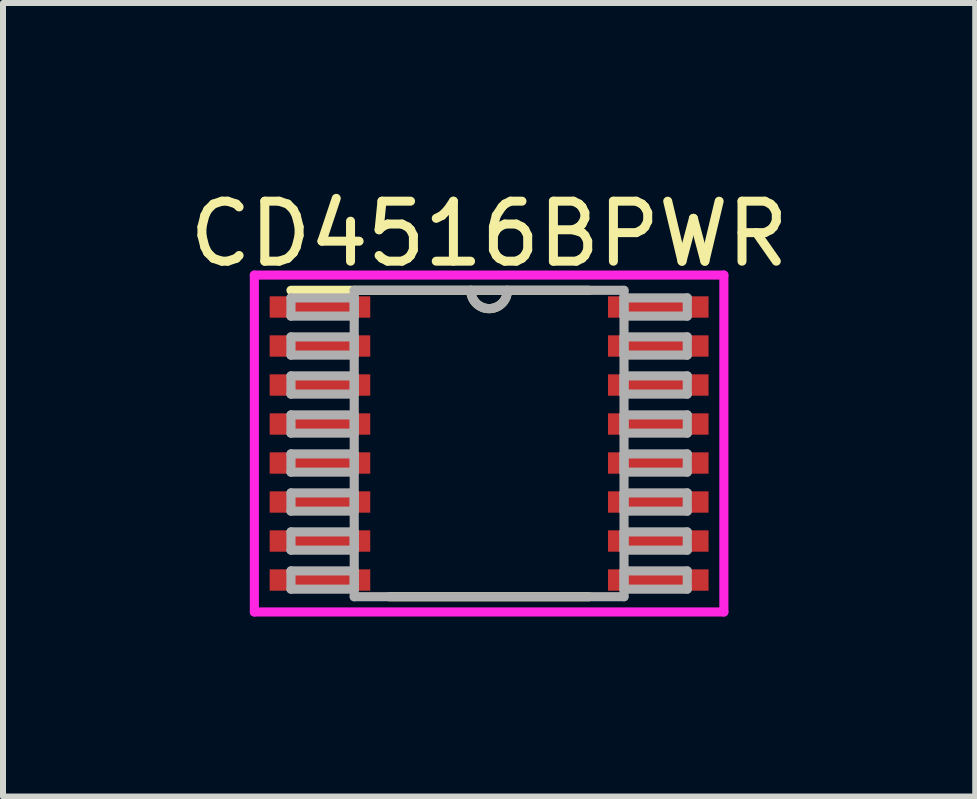
<source format=kicad_pcb>
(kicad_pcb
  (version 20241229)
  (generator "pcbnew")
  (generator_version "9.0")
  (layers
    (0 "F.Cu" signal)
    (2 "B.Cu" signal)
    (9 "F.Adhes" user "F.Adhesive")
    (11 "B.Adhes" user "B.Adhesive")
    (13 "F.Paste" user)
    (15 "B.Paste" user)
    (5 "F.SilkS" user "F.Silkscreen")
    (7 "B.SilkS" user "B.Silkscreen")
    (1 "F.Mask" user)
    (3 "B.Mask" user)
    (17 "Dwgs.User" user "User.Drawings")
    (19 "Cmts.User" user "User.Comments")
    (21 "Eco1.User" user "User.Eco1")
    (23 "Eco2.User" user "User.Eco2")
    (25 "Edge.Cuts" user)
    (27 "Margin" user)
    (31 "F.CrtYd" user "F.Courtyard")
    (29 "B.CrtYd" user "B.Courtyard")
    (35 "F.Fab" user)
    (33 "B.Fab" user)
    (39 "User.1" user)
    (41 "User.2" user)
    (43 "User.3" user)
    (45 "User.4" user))
  (footprint "CD4516BPWR"
    (layer "F.Cu")
    (at 5.101 4.341)
    (property "Reference" "CD4516BPWR" (at 0 -3.493 0) (layer "F.SilkS") (effects (font (size 1 1) (thickness 0.15))))
    (attr through_hole)
    (fp_line (start -1.664 2.553) (end 1.664 2.553) (stroke (width 0.152) (type solid)) (layer "F.SilkS"))
    (fp_line (start 1.664 -2.553) (end -3.302 -2.553) (stroke (width 0.152) (type solid)) (layer "F.SilkS"))
    (fp_arc (start 0.3048 -2.5527) (mid 0 -2.2479) (end -0.3048 -2.5527) (stroke (width 0.1524) (type solid)) (layer "F.SilkS"))
    (fp_line (start -3.912 -2.807) (end 3.912 -2.807) (stroke (width 0.152) (type solid)) (layer "F.CrtYd"))
    (fp_line (start -3.912 2.807) (end -3.912 -2.807) (stroke (width 0.152) (type solid)) (layer "F.CrtYd"))
    (fp_line (start 3.912 -2.807) (end 3.912 2.807) (stroke (width 0.152) (type solid)) (layer "F.CrtYd"))
    (fp_line (start 3.912 2.807) (end -3.912 2.807) (stroke (width 0.152) (type solid)) (layer "F.CrtYd"))
    (fp_line (start -3.302 -2.427) (end -3.302 -2.123) (stroke (width 0.152) (type solid)) (layer "F.Fab"))
    (fp_line (start -3.302 -2.123) (end -2.248 -2.123) (stroke (width 0.152) (type solid)) (layer "F.Fab"))
    (fp_line (start -3.302 -1.777) (end -3.302 -1.473) (stroke (width 0.152) (type solid)) (layer "F.Fab"))
    (fp_line (start -3.302 -1.473) (end -2.248 -1.473) (stroke (width 0.152) (type solid)) (layer "F.Fab"))
    (fp_line (start -3.302 -1.127) (end -3.302 -0.823) (stroke (width 0.152) (type solid)) (layer "F.Fab"))
    (fp_line (start -3.302 -0.823) (end -2.248 -0.823) (stroke (width 0.152) (type solid)) (layer "F.Fab"))
    (fp_line (start -3.302 -0.477) (end -3.302 -0.173) (stroke (width 0.152) (type solid)) (layer "F.Fab"))
    (fp_line (start -3.302 -0.173) (end -2.248 -0.173) (stroke (width 0.152) (type solid)) (layer "F.Fab"))
    (fp_line (start -3.302 0.173) (end -3.302 0.477) (stroke (width 0.152) (type solid)) (layer "F.Fab"))
    (fp_line (start -3.302 0.477) (end -2.248 0.477) (stroke (width 0.152) (type solid)) (layer "F.Fab"))
    (fp_line (start -3.302 0.823) (end -3.302 1.127) (stroke (width 0.152) (type solid)) (layer "F.Fab"))
    (fp_line (start -3.302 1.127) (end -2.248 1.127) (stroke (width 0.152) (type solid)) (layer "F.Fab"))
    (fp_line (start -3.302 1.473) (end -3.302 1.777) (stroke (width 0.152) (type solid)) (layer "F.Fab"))
    (fp_line (start -3.302 1.777) (end -2.248 1.777) (stroke (width 0.152) (type solid)) (layer "F.Fab"))
    (fp_line (start -3.302 2.123) (end -3.302 2.427) (stroke (width 0.152) (type solid)) (layer "F.Fab"))
    (fp_line (start -3.302 2.427) (end -2.248 2.427) (stroke (width 0.152) (type solid)) (layer "F.Fab"))
    (fp_line (start -2.248 -2.553) (end -2.248 2.553) (stroke (width 0.152) (type solid)) (layer "F.Fab"))
    (fp_line (start -2.248 -2.427) (end -3.302 -2.427) (stroke (width 0.152) (type solid)) (layer "F.Fab"))
    (fp_line (start -2.248 -2.123) (end -2.248 -2.427) (stroke (width 0.152) (type solid)) (layer "F.Fab"))
    (fp_line (start -2.248 -1.777) (end -3.302 -1.777) (stroke (width 0.152) (type solid)) (layer "F.Fab"))
    (fp_line (start -2.248 -1.473) (end -2.248 -1.777) (stroke (width 0.152) (type solid)) (layer "F.Fab"))
    (fp_line (start -2.248 -1.127) (end -3.302 -1.127) (stroke (width 0.152) (type solid)) (layer "F.Fab"))
    (fp_line (start -2.248 -0.823) (end -2.248 -1.127) (stroke (width 0.152) (type solid)) (layer "F.Fab"))
    (fp_line (start -2.248 -0.477) (end -3.302 -0.477) (stroke (width 0.152) (type solid)) (layer "F.Fab"))
    (fp_line (start -2.248 -0.173) (end -2.248 -0.477) (stroke (width 0.152) (type solid)) (layer "F.Fab"))
    (fp_line (start -2.248 0.173) (end -3.302 0.173) (stroke (width 0.152) (type solid)) (layer "F.Fab"))
    (fp_line (start -2.248 0.477) (end -2.248 0.173) (stroke (width 0.152) (type solid)) (layer "F.Fab"))
    (fp_line (start -2.248 0.823) (end -3.302 0.823) (stroke (width 0.152) (type solid)) (layer "F.Fab"))
    (fp_line (start -2.248 1.127) (end -2.248 0.823) (stroke (width 0.152) (type solid)) (layer "F.Fab"))
    (fp_line (start -2.248 1.473) (end -3.302 1.473) (stroke (width 0.152) (type solid)) (layer "F.Fab"))
    (fp_line (start -2.248 1.777) (end -2.248 1.473) (stroke (width 0.152) (type solid)) (layer "F.Fab"))
    (fp_line (start -2.248 2.123) (end -3.302 2.123) (stroke (width 0.152) (type solid)) (layer "F.Fab"))
    (fp_line (start -2.248 2.427) (end -2.248 2.123) (stroke (width 0.152) (type solid)) (layer "F.Fab"))
    (fp_line (start -2.248 2.553) (end 2.248 2.553) (stroke (width 0.152) (type solid)) (layer "F.Fab"))
    (fp_line (start 2.248 -2.553) (end -2.248 -2.553) (stroke (width 0.152) (type solid)) (layer "F.Fab"))
    (fp_line (start 2.248 -2.427) (end 2.248 -2.123) (stroke (width 0.152) (type solid)) (layer "F.Fab"))
    (fp_line (start 2.248 -2.123) (end 3.302 -2.123) (stroke (width 0.152) (type solid)) (layer "F.Fab"))
    (fp_line (start 2.248 -1.777) (end 2.248 -1.473) (stroke (width 0.152) (type solid)) (layer "F.Fab"))
    (fp_line (start 2.248 -1.473) (end 3.302 -1.473) (stroke (width 0.152) (type solid)) (layer "F.Fab"))
    (fp_line (start 2.248 -1.127) (end 2.248 -0.823) (stroke (width 0.152) (type solid)) (layer "F.Fab"))
    (fp_line (start 2.248 -0.823) (end 3.302 -0.823) (stroke (width 0.152) (type solid)) (layer "F.Fab"))
    (fp_line (start 2.248 -0.477) (end 2.248 -0.173) (stroke (width 0.152) (type solid)) (layer "F.Fab"))
    (fp_line (start 2.248 -0.173) (end 3.302 -0.173) (stroke (width 0.152) (type solid)) (layer "F.Fab"))
    (fp_line (start 2.248 0.173) (end 2.248 0.477) (stroke (width 0.152) (type solid)) (layer "F.Fab"))
    (fp_line (start 2.248 0.477) (end 3.302 0.477) (stroke (width 0.152) (type solid)) (layer "F.Fab"))
    (fp_line (start 2.248 0.823) (end 2.248 1.127) (stroke (width 0.152) (type solid)) (layer "F.Fab"))
    (fp_line (start 2.248 1.127) (end 3.302 1.127) (stroke (width 0.152) (type solid)) (layer "F.Fab"))
    (fp_line (start 2.248 1.473) (end 2.248 1.777) (stroke (width 0.152) (type solid)) (layer "F.Fab"))
    (fp_line (start 2.248 1.777) (end 3.302 1.777) (stroke (width 0.152) (type solid)) (layer "F.Fab"))
    (fp_line (start 2.248 2.123) (end 2.248 2.427) (stroke (width 0.152) (type solid)) (layer "F.Fab"))
    (fp_line (start 2.248 2.427) (end 3.302 2.427) (stroke (width 0.152) (type solid)) (layer "F.Fab"))
    (fp_line (start 2.248 2.553) (end 2.248 -2.553) (stroke (width 0.152) (type solid)) (layer "F.Fab"))
    (fp_line (start 3.302 -2.427) (end 2.248 -2.427) (stroke (width 0.152) (type solid)) (layer "F.Fab"))
    (fp_line (start 3.302 -2.123) (end 3.302 -2.427) (stroke (width 0.152) (type solid)) (layer "F.Fab"))
    (fp_line (start 3.302 -1.777) (end 2.248 -1.777) (stroke (width 0.152) (type solid)) (layer "F.Fab"))
    (fp_line (start 3.302 -1.473) (end 3.302 -1.777) (stroke (width 0.152) (type solid)) (layer "F.Fab"))
    (fp_line (start 3.302 -1.127) (end 2.248 -1.127) (stroke (width 0.152) (type solid)) (layer "F.Fab"))
    (fp_line (start 3.302 -0.823) (end 3.302 -1.127) (stroke (width 0.152) (type solid)) (layer "F.Fab"))
    (fp_line (start 3.302 -0.477) (end 2.248 -0.477) (stroke (width 0.152) (type solid)) (layer "F.Fab"))
    (fp_line (start 3.302 -0.173) (end 3.302 -0.477) (stroke (width 0.152) (type solid)) (layer "F.Fab"))
    (fp_line (start 3.302 0.173) (end 2.248 0.173) (stroke (width 0.152) (type solid)) (layer "F.Fab"))
    (fp_line (start 3.302 0.477) (end 3.302 0.173) (stroke (width 0.152) (type solid)) (layer "F.Fab"))
    (fp_line (start 3.302 0.823) (end 2.248 0.823) (stroke (width 0.152) (type solid)) (layer "F.Fab"))
    (fp_line (start 3.302 1.127) (end 3.302 0.823) (stroke (width 0.152) (type solid)) (layer "F.Fab"))
    (fp_line (start 3.302 1.473) (end 2.248 1.473) (stroke (width 0.152) (type solid)) (layer "F.Fab"))
    (fp_line (start 3.302 1.777) (end 3.302 1.473) (stroke (width 0.152) (type solid)) (layer "F.Fab"))
    (fp_line (start 3.302 2.123) (end 2.248 2.123) (stroke (width 0.152) (type solid)) (layer "F.Fab"))
    (fp_line (start 3.302 2.427) (end 3.302 2.123) (stroke (width 0.152) (type solid)) (layer "F.Fab"))
    (fp_arc (start 0.3048 -2.5527) (mid 0 -2.2479) (end -0.3048 -2.5527) (stroke (width 0.1524) (type solid)) (layer "F.Fab"))
    (pad "1" smd rect (at -2.819 -2.275) (size 1.676 0.356) (layers "F.Cu" "F.Mask" "F.Paste"))
    (pad "2" smd rect (at -2.819 -1.625) (size 1.676 0.356) (layers "F.Cu" "F.Mask" "F.Paste"))
    (pad "3" smd rect (at -2.819 -0.975) (size 1.676 0.356) (layers "F.Cu" "F.Mask" "F.Paste"))
    (pad "4" smd rect (at -2.819 -0.325) (size 1.676 0.356) (layers "F.Cu" "F.Mask" "F.Paste"))
    (pad "5" smd rect (at -2.819 0.325) (size 1.676 0.356) (layers "F.Cu" "F.Mask" "F.Paste"))
    (pad "6" smd rect (at -2.819 0.975) (size 1.676 0.356) (layers "F.Cu" "F.Mask" "F.Paste"))
    (pad "7" smd rect (at -2.819 1.625) (size 1.676 0.356) (layers "F.Cu" "F.Mask" "F.Paste"))
    (pad "8" smd rect (at -2.819 2.275) (size 1.676 0.356) (layers "F.Cu" "F.Mask" "F.Paste"))
    (pad "9" smd rect (at 2.819 2.275) (size 1.676 0.356) (layers "F.Cu" "F.Mask" "F.Paste"))
    (pad "10" smd rect (at 2.819 1.625) (size 1.676 0.356) (layers "F.Cu" "F.Mask" "F.Paste"))
    (pad "11" smd rect (at 2.819 0.975) (size 1.676 0.356) (layers "F.Cu" "F.Mask" "F.Paste"))
    (pad "12" smd rect (at 2.819 0.325) (size 1.676 0.356) (layers "F.Cu" "F.Mask" "F.Paste"))
    (pad "13" smd rect (at 2.819 -0.325) (size 1.676 0.356) (layers "F.Cu" "F.Mask" "F.Paste"))
    (pad "14" smd rect (at 2.819 -0.975) (size 1.676 0.356) (layers "F.Cu" "F.Mask" "F.Paste"))
    (pad "15" smd rect (at 2.819 -1.625) (size 1.676 0.356) (layers "F.Cu" "F.Mask" "F.Paste"))
    (pad "16" smd rect (at 2.819 -2.275) (size 1.676 0.356) (layers "F.Cu" "F.Mask" "F.Paste")))
  (gr_rect
    (start -3 -3)
    (end 13.202 10.224)
    (stroke (width 0.1) (type default))
    (fill no)
    (layer "Edge.Cuts")))
</source>
